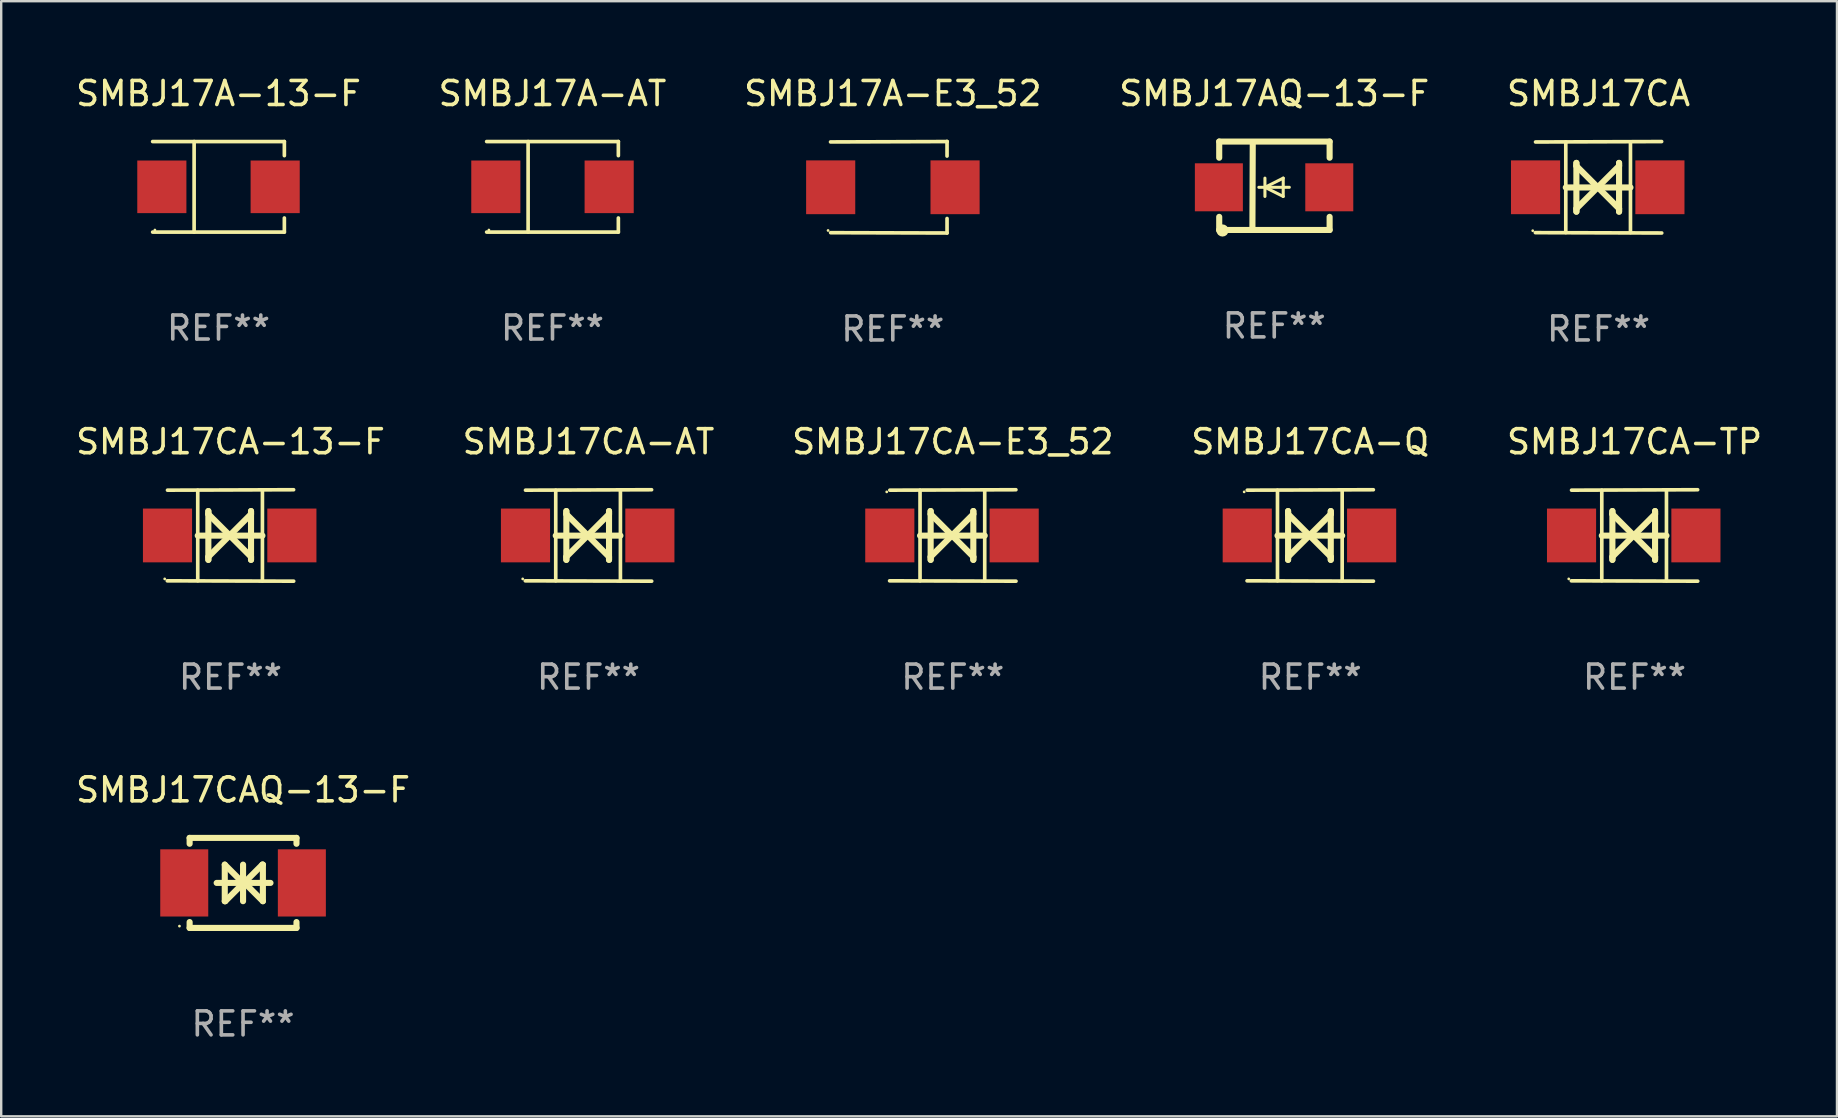
<source format=kicad_pcb>
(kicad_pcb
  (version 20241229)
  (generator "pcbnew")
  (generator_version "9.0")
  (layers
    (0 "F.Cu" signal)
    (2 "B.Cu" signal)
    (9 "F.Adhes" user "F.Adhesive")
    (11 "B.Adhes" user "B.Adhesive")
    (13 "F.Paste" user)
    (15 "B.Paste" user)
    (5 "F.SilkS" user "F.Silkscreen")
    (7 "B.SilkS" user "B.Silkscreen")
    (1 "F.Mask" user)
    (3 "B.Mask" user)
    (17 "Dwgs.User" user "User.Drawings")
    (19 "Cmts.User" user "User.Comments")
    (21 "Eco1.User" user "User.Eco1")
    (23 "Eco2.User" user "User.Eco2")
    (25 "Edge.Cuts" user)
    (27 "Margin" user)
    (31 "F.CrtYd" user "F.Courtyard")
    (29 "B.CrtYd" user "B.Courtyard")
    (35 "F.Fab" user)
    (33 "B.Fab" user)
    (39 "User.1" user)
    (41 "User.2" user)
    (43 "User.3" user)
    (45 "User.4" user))
  (footprint "SMBJ17AQ-13-F"
    (layer "F.Cu")
    (at 50.042 4.69)
    (property "Reference" "SMBJ17AQ-13-F" (at 0 -3.842 0) (layer "F.SilkS") (effects (font (size 1 1) (thickness 0.15))))
    (attr through_hole)
    (fp_line (start -2.293 -1.842) (end -2.293 -1.168) (stroke (width 0.254) (type solid)) (layer "F.SilkS"))
    (fp_line (start -2.293 -1.842) (end 2.307 -1.842) (stroke (width 0.254) (type solid)) (layer "F.SilkS"))
    (fp_line (start -2.293 1.295) (end -2.293 1.842) (stroke (width 0.254) (type solid)) (layer "F.SilkS"))
    (fp_line (start -2.293 1.842) (end 2.307 1.842) (stroke (width 0.254) (type solid)) (layer "F.SilkS"))
    (fp_line (start -0.896 -1.736) (end -0.91 1.842) (stroke (width 0.254) (type solid)) (layer "F.SilkS"))
    (fp_line (start -0.388 0.064) (end -0.388 -0.318) (stroke (width 0.127) (type solid)) (layer "F.SilkS"))
    (fp_line (start -0.388 0.064) (end -0.388 0.445) (stroke (width 0.127) (type solid)) (layer "F.SilkS"))
    (fp_line (start 0.374 -0.318) (end -0.388 0.064) (stroke (width 0.127) (type solid)) (layer "F.SilkS"))
    (fp_line (start 0.374 0.064) (end 0.374 -0.318) (stroke (width 0.127) (type solid)) (layer "F.SilkS"))
    (fp_line (start 0.374 0.064) (end 0.374 0.445) (stroke (width 0.127) (type solid)) (layer "F.SilkS"))
    (fp_line (start 0.374 0.445) (end -0.388 0.064) (stroke (width 0.127) (type solid)) (layer "F.SilkS"))
    (fp_line (start 0.628 0.064) (end -0.642 0.064) (stroke (width 0.127) (type solid)) (layer "F.SilkS"))
    (fp_line (start 2.307 -1.842) (end 2.307 -1.168) (stroke (width 0.254) (type solid)) (layer "F.SilkS"))
    (fp_line (start 2.307 1.295) (end 2.307 1.842) (stroke (width 0.254) (type solid)) (layer "F.SilkS"))
    (fp_circle (center -2.157 1.863) (end -2.03 1.863) (stroke (width 0.254) (type solid)) (fill no) (layer "F.SilkS"))
    (fp_text user "REF**" (at 0 5.842 0) (layer "F.Fab") (effects (font (size 1 1) (thickness 0.15))))
    (pad "1" smd rect (at -2.307 0.064 180) (size 2 2) (layers "F.Cu" "F.Mask" "F.Paste"))
    (pad "2" smd rect (at 2.293 0.064 180) (size 2 2) (layers "F.Cu" "F.Mask" "F.Paste")))
  (footprint "SMBJ17CA"
    (layer "F.Cu")
    (at 63.554 4.753)
    (property "Reference" "SMBJ17CA" (at 0 -3.905 0) (layer "F.SilkS") (effects (font (size 1 1) (thickness 0.15))))
    (attr through_hole)
    (fp_line (start -1.365 1.886) (end -1.365 -1.886) (stroke (width 0.152) (type solid)) (layer "F.SilkS"))
    (fp_line (start -1.365 0.008) (end 1.33 0.008) (stroke (width 0.254) (type solid)) (layer "F.SilkS"))
    (fp_line (start -0.923 -1.016) (end -0.923 1.016) (stroke (width 0.254) (type solid)) (layer "F.SilkS"))
    (fp_line (start -0.923 -0.889) (end -0.923 -1.016) (stroke (width 0.254) (type solid)) (layer "F.SilkS"))
    (fp_line (start -0.923 0.889) (end -0.034 0) (stroke (width 0.254) (type solid)) (layer "F.SilkS"))
    (fp_line (start -0.923 1.016) (end -0.923 0.889) (stroke (width 0.254) (type solid)) (layer "F.SilkS"))
    (fp_line (start -0.034 0) (end -0.923 -0.889) (stroke (width 0.254) (type solid)) (layer "F.SilkS"))
    (fp_line (start -0.034 0) (end 0.855 0.889) (stroke (width 0.254) (type solid)) (layer "F.SilkS"))
    (fp_line (start 0.855 -1.016) (end 0.855 -0.889) (stroke (width 0.254) (type solid)) (layer "F.SilkS"))
    (fp_line (start 0.855 -0.889) (end -0.034 0) (stroke (width 0.254) (type solid)) (layer "F.SilkS"))
    (fp_line (start 0.855 0.889) (end 0.855 1.016) (stroke (width 0.254) (type solid)) (layer "F.SilkS"))
    (fp_line (start 0.855 1.016) (end 0.855 -1.016) (stroke (width 0.254) (type solid)) (layer "F.SilkS"))
    (fp_line (start 1.33 1.886) (end 1.33 -1.886) (stroke (width 0.152) (type solid)) (layer "F.SilkS"))
    (fp_line (start 2.629 -1.905) (end -2.625 -1.887) (stroke (width 0.152) (type solid)) (layer "F.SilkS"))
    (fp_line (start 2.633 1.905) (end -2.633 1.89) (stroke (width 0.152) (type solid)) (layer "F.SilkS"))
    (fp_circle (center -2.741 1.81) (end -2.711 1.81) (stroke (width 0.06) (type solid)) (fill no) (layer "F.SilkS"))
    (fp_text user "REF**" (at 0 5.905 0) (layer "F.Fab") (effects (font (size 1 1) (thickness 0.15))))
    (pad "1" smd rect (at -2.625 0) (size 2.047 2.241) (layers "F.Cu" "F.Mask" "F.Paste"))
    (pad "2" smd rect (at 2.557 0) (size 2.047 2.241) (layers "F.Cu" "F.Mask" "F.Paste")))
  (footprint "SMBJ17CAQ-13-F"
    (layer "F.Cu")
    (at 7.077 33.737)
    (property "Reference" "SMBJ17CAQ-13-F" (at 0 -3.876 0) (layer "F.SilkS") (effects (font (size 1 1) (thickness 0.15))))
    (attr through_hole)
    (fp_line (start -2.226 -1.876) (end -2.226 -1.631) (stroke (width 0.254) (type solid)) (layer "F.SilkS"))
    (fp_line (start -2.226 -1.876) (end 2.226 -1.876) (stroke (width 0.254) (type solid)) (layer "F.SilkS"))
    (fp_line (start -2.226 1.631) (end -2.226 1.876) (stroke (width 0.254) (type solid)) (layer "F.SilkS"))
    (fp_line (start -2.226 1.876) (end 2.226 1.876) (stroke (width 0.254) (type solid)) (layer "F.SilkS"))
    (fp_line (start -1.1 0) (end 1.143 0) (stroke (width 0.254) (type solid)) (layer "F.SilkS"))
    (fp_line (start -0.762 -0.762) (end -0.762 0.762) (stroke (width 0.254) (type solid)) (layer "F.SilkS"))
    (fp_line (start -0.762 0.762) (end -0.741 0.762) (stroke (width 0.254) (type solid)) (layer "F.SilkS"))
    (fp_line (start -0.741 0.762) (end 0.021 0) (stroke (width 0.254) (type solid)) (layer "F.SilkS"))
    (fp_line (start 0 -0.762) (end 0 0.762) (stroke (width 0.254) (type solid)) (layer "F.SilkS"))
    (fp_line (start 0 0) (end -0.762 -0.762) (stroke (width 0.254) (type solid)) (layer "F.SilkS"))
    (fp_line (start 0.021 0) (end 0 0) (stroke (width 0.254) (type solid)) (layer "F.SilkS"))
    (fp_line (start 0.042 0) (end 0.064 0) (stroke (width 0.254) (type solid)) (layer "F.SilkS"))
    (fp_line (start 0.064 0) (end 0.826 0.762) (stroke (width 0.254) (type solid)) (layer "F.SilkS"))
    (fp_line (start 0.804 -0.762) (end 0.042 0) (stroke (width 0.254) (type solid)) (layer "F.SilkS"))
    (fp_line (start 0.826 -0.762) (end 0.804 -0.762) (stroke (width 0.254) (type solid)) (layer "F.SilkS"))
    (fp_line (start 0.826 0.762) (end 0.826 -0.762) (stroke (width 0.254) (type solid)) (layer "F.SilkS"))
    (fp_line (start 2.226 -1.876) (end 2.226 -1.631) (stroke (width 0.254) (type solid)) (layer "F.SilkS"))
    (fp_line (start 2.226 1.631) (end 2.226 1.876) (stroke (width 0.254) (type solid)) (layer "F.SilkS"))
    (fp_circle (center -2.65 1.8) (end -2.62 1.8) (stroke (width 0.06) (type solid)) (fill no) (layer "F.SilkS"))
    (fp_text user "REF**" (at 0 5.876 0) (layer "F.Fab") (effects (font (size 1 1) (thickness 0.15))))
    (pad "1" smd rect (at -2.45 0 180) (size 2 2.8) (layers "F.Cu" "F.Mask" "F.Paste"))
    (pad "2" smd rect (at 2.45 0 180) (size 2 2.8) (layers "F.Cu" "F.Mask" "F.Paste")))
  (footprint "SMBJ17CA-TP"
    (layer "F.Cu")
    (at 65.054 19.26)
    (property "Reference" "SMBJ17CA-TP" (at 0 -3.905 0) (layer "F.SilkS") (effects (font (size 1 1) (thickness 0.15))))
    (attr through_hole)
    (fp_line (start -1.365 1.886) (end -1.365 -1.886) (stroke (width 0.152) (type solid)) (layer "F.SilkS"))
    (fp_line (start -1.365 0.008) (end 1.33 0.008) (stroke (width 0.254) (type solid)) (layer "F.SilkS"))
    (fp_line (start -0.923 -1.016) (end -0.923 1.016) (stroke (width 0.254) (type solid)) (layer "F.SilkS"))
    (fp_line (start -0.923 -0.889) (end -0.923 -1.016) (stroke (width 0.254) (type solid)) (layer "F.SilkS"))
    (fp_line (start -0.923 0.889) (end -0.034 0) (stroke (width 0.254) (type solid)) (layer "F.SilkS"))
    (fp_line (start -0.923 1.016) (end -0.923 0.889) (stroke (width 0.254) (type solid)) (layer "F.SilkS"))
    (fp_line (start -0.034 0) (end -0.923 -0.889) (stroke (width 0.254) (type solid)) (layer "F.SilkS"))
    (fp_line (start -0.034 0) (end 0.855 0.889) (stroke (width 0.254) (type solid)) (layer "F.SilkS"))
    (fp_line (start 0.855 -1.016) (end 0.855 -0.889) (stroke (width 0.254) (type solid)) (layer "F.SilkS"))
    (fp_line (start 0.855 -0.889) (end -0.034 0) (stroke (width 0.254) (type solid)) (layer "F.SilkS"))
    (fp_line (start 0.855 0.889) (end 0.855 1.016) (stroke (width 0.254) (type solid)) (layer "F.SilkS"))
    (fp_line (start 0.855 1.016) (end 0.855 -1.016) (stroke (width 0.254) (type solid)) (layer "F.SilkS"))
    (fp_line (start 1.33 1.886) (end 1.33 -1.886) (stroke (width 0.152) (type solid)) (layer "F.SilkS"))
    (fp_line (start 2.629 -1.905) (end -2.625 -1.887) (stroke (width 0.152) (type solid)) (layer "F.SilkS"))
    (fp_line (start 2.633 1.905) (end -2.633 1.89) (stroke (width 0.152) (type solid)) (layer "F.SilkS"))
    (fp_circle (center -2.741 1.81) (end -2.711 1.81) (stroke (width 0.06) (type solid)) (fill no) (layer "F.SilkS"))
    (fp_text user "REF**" (at 0 5.905 0) (layer "F.Fab") (effects (font (size 1 1) (thickness 0.15))))
    (pad "1" smd rect (at -2.625 0) (size 2.047 2.241) (layers "F.Cu" "F.Mask" "F.Paste"))
    (pad "2" smd rect (at 2.557 0) (size 2.047 2.241) (layers "F.Cu" "F.Mask" "F.Paste")))
  (footprint "SMBJ17A-13-F"
    (layer "F.Cu")
    (at 6.054 4.734)
    (property "Reference" "SMBJ17A-13-F" (at 0 -3.886 0) (layer "F.SilkS") (effects (font (size 1 1) (thickness 0.15))))
    (attr through_hole)
    (fp_line (start -2.744 -1.886) (end 2.744 -1.886) (stroke (width 0.152) (type solid)) (layer "F.SilkS"))
    (fp_line (start -2.744 1.886) (end 2.744 1.886) (stroke (width 0.152) (type solid)) (layer "F.SilkS"))
    (fp_line (start -1.016 -1.886) (end -1.016 1.886) (stroke (width 0.152) (type solid)) (layer "F.SilkS"))
    (fp_line (start 2.744 -1.886) (end 2.744 -1.299) (stroke (width 0.152) (type solid)) (layer "F.SilkS"))
    (fp_line (start 2.744 1.886) (end 2.744 1.299) (stroke (width 0.152) (type solid)) (layer "F.SilkS"))
    (fp_circle (center -2.65 1.8) (end -2.62 1.8) (stroke (width 0.06) (type solid)) (fill no) (layer "F.SilkS"))
    (fp_text user "REF**" (at 0 5.886 0) (layer "F.Fab") (effects (font (size 1 1) (thickness 0.15))))
    (pad "1" smd rect (at -2.361 0) (size 2.047 2.192) (layers "F.Cu" "F.Mask" "F.Paste"))
    (pad "2" smd rect (at 2.361 0) (size 2.047 2.192) (layers "F.Cu" "F.Mask" "F.Paste")))
  (footprint "SMBJ17CA-AT"
    (layer "F.Cu")
    (at 21.47 19.26)
    (property "Reference" "SMBJ17CA-AT" (at 0 -3.905 0) (layer "F.SilkS") (effects (font (size 1 1) (thickness 0.15))))
    (attr through_hole)
    (fp_line (start -1.365 1.886) (end -1.365 -1.886) (stroke (width 0.152) (type solid)) (layer "F.SilkS"))
    (fp_line (start -1.365 0.008) (end 1.33 0.008) (stroke (width 0.254) (type solid)) (layer "F.SilkS"))
    (fp_line (start -0.923 -1.016) (end -0.923 1.016) (stroke (width 0.254) (type solid)) (layer "F.SilkS"))
    (fp_line (start -0.923 -0.889) (end -0.923 -1.016) (stroke (width 0.254) (type solid)) (layer "F.SilkS"))
    (fp_line (start -0.923 0.889) (end -0.034 0) (stroke (width 0.254) (type solid)) (layer "F.SilkS"))
    (fp_line (start -0.923 1.016) (end -0.923 0.889) (stroke (width 0.254) (type solid)) (layer "F.SilkS"))
    (fp_line (start -0.034 0) (end -0.923 -0.889) (stroke (width 0.254) (type solid)) (layer "F.SilkS"))
    (fp_line (start -0.034 0) (end 0.855 0.889) (stroke (width 0.254) (type solid)) (layer "F.SilkS"))
    (fp_line (start 0.855 -1.016) (end 0.855 -0.889) (stroke (width 0.254) (type solid)) (layer "F.SilkS"))
    (fp_line (start 0.855 -0.889) (end -0.034 0) (stroke (width 0.254) (type solid)) (layer "F.SilkS"))
    (fp_line (start 0.855 0.889) (end 0.855 1.016) (stroke (width 0.254) (type solid)) (layer "F.SilkS"))
    (fp_line (start 0.855 1.016) (end 0.855 -1.016) (stroke (width 0.254) (type solid)) (layer "F.SilkS"))
    (fp_line (start 1.33 1.886) (end 1.33 -1.886) (stroke (width 0.152) (type solid)) (layer "F.SilkS"))
    (fp_line (start 2.629 -1.905) (end -2.625 -1.887) (stroke (width 0.152) (type solid)) (layer "F.SilkS"))
    (fp_line (start 2.633 1.905) (end -2.633 1.89) (stroke (width 0.152) (type solid)) (layer "F.SilkS"))
    (fp_circle (center -2.741 1.81) (end -2.711 1.81) (stroke (width 0.06) (type solid)) (fill no) (layer "F.SilkS"))
    (fp_text user "REF**" (at 0 5.905 0) (layer "F.Fab") (effects (font (size 1 1) (thickness 0.15))))
    (pad "1" smd rect (at -2.625 0) (size 2.047 2.241) (layers "F.Cu" "F.Mask" "F.Paste"))
    (pad "2" smd rect (at 2.557 0) (size 2.047 2.241) (layers "F.Cu" "F.Mask" "F.Paste")))
  (footprint "SMBJ17A-E3_52"
    (layer "F.Cu")
    (at 34.149 4.753)
    (property "Reference" "SMBJ17A-E3_52" (at 0 -3.905 0) (layer "F.SilkS") (effects (font (size 1 1) (thickness 0.15))))
    (attr through_hole)
    (fp_line (start 2.256 -1.905) (end -2.594 -1.889) (stroke (width 0.152) (type solid)) (layer "F.SilkS"))
    (fp_line (start 2.256 -1.905) (end 2.26 -1.905) (stroke (width 0.152) (type solid)) (layer "F.SilkS"))
    (fp_line (start 2.26 -1.905) (end 2.26 -1.301) (stroke (width 0.152) (type solid)) (layer "F.SilkS"))
    (fp_line (start 2.26 1.301) (end 2.26 1.905) (stroke (width 0.152) (type solid)) (layer "F.SilkS"))
    (fp_line (start 2.26 1.905) (end -2.59 1.892) (stroke (width 0.152) (type solid)) (layer "F.SilkS"))
    (fp_circle (center -2.697 1.8) (end -2.667 1.8) (stroke (width 0.06) (type solid)) (fill no) (layer "F.SilkS"))
    (fp_text user "REF**" (at 0 5.905 0) (layer "F.Fab") (effects (font (size 1 1) (thickness 0.15))))
    (pad "1" smd rect (at -2.588 0) (size 2.047 2.241) (layers "F.Cu" "F.Mask" "F.Paste"))
    (pad "2" smd rect (at 2.594 0) (size 2.047 2.241) (layers "F.Cu" "F.Mask" "F.Paste")))
  (footprint "SMBJ17CA-E3_52"
    (layer "F.Cu")
    (at 36.649 19.26)
    (property "Reference" "SMBJ17CA-E3_52" (at 0 -3.905 0) (layer "F.SilkS") (effects (font (size 1 1) (thickness 0.15))))
    (attr through_hole)
    (fp_line (start -1.365 1.886) (end -1.365 -1.886) (stroke (width 0.152) (type solid)) (layer "F.SilkS"))
    (fp_line (start -1.365 0.008) (end 1.33 0.008) (stroke (width 0.254) (type solid)) (layer "F.SilkS"))
    (fp_line (start -0.923 -1.016) (end -0.923 1.016) (stroke (width 0.254) (type solid)) (layer "F.SilkS"))
    (fp_line (start -0.923 -0.889) (end -0.923 -1.016) (stroke (width 0.254) (type solid)) (layer "F.SilkS"))
    (fp_line (start -0.923 0.889) (end -0.034 0) (stroke (width 0.254) (type solid)) (layer "F.SilkS"))
    (fp_line (start -0.923 1.016) (end -0.923 0.889) (stroke (width 0.254) (type solid)) (layer "F.SilkS"))
    (fp_line (start -0.034 0) (end -0.923 -0.889) (stroke (width 0.254) (type solid)) (layer "F.SilkS"))
    (fp_line (start -0.034 0) (end 0.855 0.889) (stroke (width 0.254) (type solid)) (layer "F.SilkS"))
    (fp_line (start 0.855 -1.016) (end 0.855 -0.889) (stroke (width 0.254) (type solid)) (layer "F.SilkS"))
    (fp_line (start 0.855 -0.889) (end -0.034 0) (stroke (width 0.254) (type solid)) (layer "F.SilkS"))
    (fp_line (start 0.855 0.889) (end 0.855 1.016) (stroke (width 0.254) (type solid)) (layer "F.SilkS"))
    (fp_line (start 0.855 1.016) (end 0.855 -1.016) (stroke (width 0.254) (type solid)) (layer "F.SilkS"))
    (fp_line (start 1.33 1.886) (end 1.33 -1.886) (stroke (width 0.152) (type solid)) (layer "F.SilkS"))
    (fp_line (start 2.629 -1.905) (end -2.625 -1.887) (stroke (width 0.152) (type solid)) (layer "F.SilkS"))
    (fp_line (start 2.633 1.905) (end -2.633 1.89) (stroke (width 0.152) (type solid)) (layer "F.SilkS"))
    (fp_circle (center -2.753 -1.816) (end -2.723 -1.816) (stroke (width 0.06) (type solid)) (fill no) (layer "F.SilkS"))
    (fp_text user "REF**" (at 0 5.905 0) (layer "F.Fab") (effects (font (size 1 1) (thickness 0.15))))
    (pad "1" smd rect (at -2.625 0) (size 2.047 2.241) (layers "F.Cu" "F.Mask" "F.Paste"))
    (pad "2" smd rect (at 2.557 0) (size 2.047 2.241) (layers "F.Cu" "F.Mask" "F.Paste")))
  (footprint "SMBJ17CA-Q"
    (layer "F.Cu")
    (at 51.542 19.26)
    (property "Reference" "SMBJ17CA-Q" (at 0 -3.905 0) (layer "F.SilkS") (effects (font (size 1 1) (thickness 0.15))))
    (attr through_hole)
    (fp_line (start -1.365 1.886) (end -1.365 -1.886) (stroke (width 0.152) (type solid)) (layer "F.SilkS"))
    (fp_line (start -1.365 0.008) (end 1.33 0.008) (stroke (width 0.254) (type solid)) (layer "F.SilkS"))
    (fp_line (start -0.923 -1.016) (end -0.923 1.016) (stroke (width 0.254) (type solid)) (layer "F.SilkS"))
    (fp_line (start -0.923 -0.889) (end -0.923 -1.016) (stroke (width 0.254) (type solid)) (layer "F.SilkS"))
    (fp_line (start -0.923 0.889) (end -0.034 0) (stroke (width 0.254) (type solid)) (layer "F.SilkS"))
    (fp_line (start -0.923 1.016) (end -0.923 0.889) (stroke (width 0.254) (type solid)) (layer "F.SilkS"))
    (fp_line (start -0.034 0) (end -0.923 -0.889) (stroke (width 0.254) (type solid)) (layer "F.SilkS"))
    (fp_line (start -0.034 0) (end 0.855 0.889) (stroke (width 0.254) (type solid)) (layer "F.SilkS"))
    (fp_line (start 0.855 -1.016) (end 0.855 -0.889) (stroke (width 0.254) (type solid)) (layer "F.SilkS"))
    (fp_line (start 0.855 -0.889) (end -0.034 0) (stroke (width 0.254) (type solid)) (layer "F.SilkS"))
    (fp_line (start 0.855 0.889) (end 0.855 1.016) (stroke (width 0.254) (type solid)) (layer "F.SilkS"))
    (fp_line (start 0.855 1.016) (end 0.855 -1.016) (stroke (width 0.254) (type solid)) (layer "F.SilkS"))
    (fp_line (start 1.33 1.886) (end 1.33 -1.886) (stroke (width 0.152) (type solid)) (layer "F.SilkS"))
    (fp_line (start 2.629 -1.905) (end -2.625 -1.887) (stroke (width 0.152) (type solid)) (layer "F.SilkS"))
    (fp_line (start 2.633 1.905) (end -2.633 1.89) (stroke (width 0.152) (type solid)) (layer "F.SilkS"))
    (fp_circle (center -2.753 -1.816) (end -2.723 -1.816) (stroke (width 0.06) (type solid)) (fill no) (layer "F.SilkS"))
    (fp_text user "REF**" (at 0 5.905 0) (layer "F.Fab") (effects (font (size 1 1) (thickness 0.15))))
    (pad "1" smd rect (at -2.625 0) (size 2.047 2.241) (layers "F.Cu" "F.Mask" "F.Paste"))
    (pad "2" smd rect (at 2.557 0) (size 2.047 2.241) (layers "F.Cu" "F.Mask" "F.Paste")))
  (footprint "SMBJ17CA-13-F"
    (layer "F.Cu")
    (at 6.554 19.26)
    (property "Reference" "SMBJ17CA-13-F" (at 0 -3.905 0) (layer "F.SilkS") (effects (font (size 1 1) (thickness 0.15))))
    (attr through_hole)
    (fp_line (start -1.365 1.886) (end -1.365 -1.886) (stroke (width 0.152) (type solid)) (layer "F.SilkS"))
    (fp_line (start -1.365 0.008) (end 1.33 0.008) (stroke (width 0.254) (type solid)) (layer "F.SilkS"))
    (fp_line (start -0.923 -1.016) (end -0.923 1.016) (stroke (width 0.254) (type solid)) (layer "F.SilkS"))
    (fp_line (start -0.923 -0.889) (end -0.923 -1.016) (stroke (width 0.254) (type solid)) (layer "F.SilkS"))
    (fp_line (start -0.923 0.889) (end -0.034 0) (stroke (width 0.254) (type solid)) (layer "F.SilkS"))
    (fp_line (start -0.923 1.016) (end -0.923 0.889) (stroke (width 0.254) (type solid)) (layer "F.SilkS"))
    (fp_line (start -0.034 0) (end -0.923 -0.889) (stroke (width 0.254) (type solid)) (layer "F.SilkS"))
    (fp_line (start -0.034 0) (end 0.855 0.889) (stroke (width 0.254) (type solid)) (layer "F.SilkS"))
    (fp_line (start 0.855 -1.016) (end 0.855 -0.889) (stroke (width 0.254) (type solid)) (layer "F.SilkS"))
    (fp_line (start 0.855 -0.889) (end -0.034 0) (stroke (width 0.254) (type solid)) (layer "F.SilkS"))
    (fp_line (start 0.855 0.889) (end 0.855 1.016) (stroke (width 0.254) (type solid)) (layer "F.SilkS"))
    (fp_line (start 0.855 1.016) (end 0.855 -1.016) (stroke (width 0.254) (type solid)) (layer "F.SilkS"))
    (fp_line (start 1.33 1.886) (end 1.33 -1.886) (stroke (width 0.152) (type solid)) (layer "F.SilkS"))
    (fp_line (start 2.629 -1.905) (end -2.625 -1.887) (stroke (width 0.152) (type solid)) (layer "F.SilkS"))
    (fp_line (start 2.633 1.905) (end -2.633 1.89) (stroke (width 0.152) (type solid)) (layer "F.SilkS"))
    (fp_circle (center -2.741 1.81) (end -2.711 1.81) (stroke (width 0.06) (type solid)) (fill no) (layer "F.SilkS"))
    (fp_text user "REF**" (at 0 5.905 0) (layer "F.Fab") (effects (font (size 1 1) (thickness 0.15))))
    (pad "1" smd rect (at -2.625 0) (size 2.047 2.241) (layers "F.Cu" "F.Mask" "F.Paste"))
    (pad "2" smd rect (at 2.557 0) (size 2.047 2.241) (layers "F.Cu" "F.Mask" "F.Paste")))
  (footprint "SMBJ17A-AT"
    (layer "F.Cu")
    (at 19.97 4.734)
    (property "Reference" "SMBJ17A-AT" (at 0 -3.886 0) (layer "F.SilkS") (effects (font (size 1 1) (thickness 0.15))))
    (attr through_hole)
    (fp_line (start -2.744 -1.886) (end 2.744 -1.886) (stroke (width 0.152) (type solid)) (layer "F.SilkS"))
    (fp_line (start -2.744 1.886) (end 2.744 1.886) (stroke (width 0.152) (type solid)) (layer "F.SilkS"))
    (fp_line (start -1.016 -1.886) (end -1.016 1.886) (stroke (width 0.152) (type solid)) (layer "F.SilkS"))
    (fp_line (start 2.744 -1.886) (end 2.744 -1.299) (stroke (width 0.152) (type solid)) (layer "F.SilkS"))
    (fp_line (start 2.744 1.886) (end 2.744 1.299) (stroke (width 0.152) (type solid)) (layer "F.SilkS"))
    (fp_circle (center -2.65 1.8) (end -2.62 1.8) (stroke (width 0.06) (type solid)) (fill no) (layer "F.SilkS"))
    (fp_text user "REF**" (at 0 5.886 0) (layer "F.Fab") (effects (font (size 1 1) (thickness 0.15))))
    (pad "1" smd rect (at -2.361 0) (size 2.047 2.192) (layers "F.Cu" "F.Mask" "F.Paste"))
    (pad "2" smd rect (at 2.361 0) (size 2.047 2.192) (layers "F.Cu" "F.Mask" "F.Paste")))
  (gr_rect
    (start -3 -3)
    (end 73.488 43.462)
    (stroke (width 0.1) (type default))
    (fill no)
    (layer "Edge.Cuts")))
</source>
